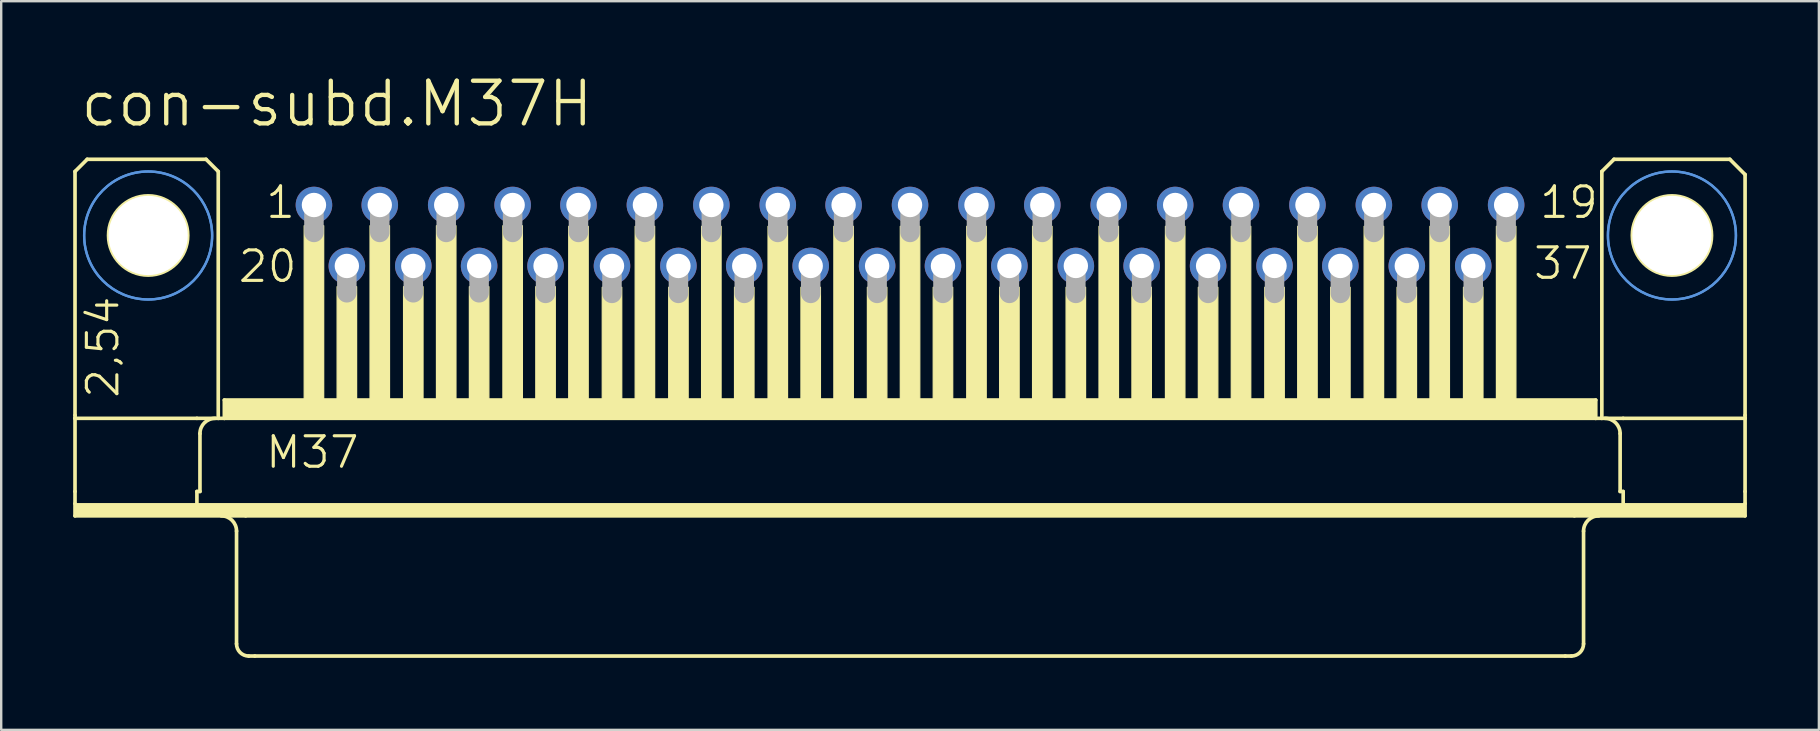
<source format=kicad_pcb>
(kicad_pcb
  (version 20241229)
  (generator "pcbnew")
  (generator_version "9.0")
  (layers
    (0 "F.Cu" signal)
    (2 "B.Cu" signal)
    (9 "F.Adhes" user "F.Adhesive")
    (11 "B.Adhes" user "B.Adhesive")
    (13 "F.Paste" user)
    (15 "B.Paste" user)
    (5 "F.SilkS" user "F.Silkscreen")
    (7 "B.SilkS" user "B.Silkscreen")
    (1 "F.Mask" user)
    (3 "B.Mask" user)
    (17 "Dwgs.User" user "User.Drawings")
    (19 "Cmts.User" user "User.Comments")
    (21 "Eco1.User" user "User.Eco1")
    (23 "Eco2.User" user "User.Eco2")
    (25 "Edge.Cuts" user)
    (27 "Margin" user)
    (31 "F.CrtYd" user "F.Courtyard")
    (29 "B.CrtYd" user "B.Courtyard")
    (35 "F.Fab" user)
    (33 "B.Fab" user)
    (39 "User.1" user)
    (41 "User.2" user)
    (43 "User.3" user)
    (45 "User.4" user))
  (footprint "con-subd.M37H"
    (layer "F.Cu")
    (at 34.874 6.763)
    (property "Reference" "con-subd.M37H" (at -34.671 -4.445 0) (layer "F.SilkS") (effects (font (size 1.778 1.778) (thickness 0.18)) (justify left bottom)))
    (attr through_hole)
    (fp_line (start -34.798 -2.667) (end -34.798 7.493) (stroke (width 0.152) (type default)) (layer "F.SilkS"))
    (fp_line (start -34.798 7.62) (end -34.798 7.493) (stroke (width 0.152) (type default)) (layer "F.SilkS"))
    (fp_line (start -34.798 10.668) (end -34.798 7.62) (stroke (width 0.152) (type default)) (layer "F.SilkS"))
    (fp_line (start -34.798 11.176) (end -34.798 10.668) (stroke (width 0.152) (type default)) (layer "F.SilkS"))
    (fp_line (start -34.798 11.684) (end -34.798 11.176) (stroke (width 0.152) (type default)) (layer "F.SilkS"))
    (fp_line (start -34.29 -3.175) (end -34.798 -2.667) (stroke (width 0.152) (type default)) (layer "F.SilkS"))
    (fp_line (start -29.718 7.62) (end -34.798 7.62) (stroke (width 0.152) (type default)) (layer "F.SilkS"))
    (fp_line (start -29.718 10.668) (end -29.718 11.176) (stroke (width 0.152) (type default)) (layer "F.SilkS"))
    (fp_line (start -29.591 8.255) (end -29.591 10.668) (stroke (width 0.152) (type default)) (layer "F.SilkS"))
    (fp_line (start -29.591 10.668) (end -29.718 10.668) (stroke (width 0.152) (type default)) (layer "F.SilkS"))
    (fp_line (start -29.337 -3.175) (end -34.29 -3.175) (stroke (width 0.152) (type default)) (layer "F.SilkS"))
    (fp_line (start -28.829 -2.667) (end -29.337 -3.175) (stroke (width 0.152) (type default)) (layer "F.SilkS"))
    (fp_line (start -28.829 -2.667) (end -28.829 7.62) (stroke (width 0.152) (type default)) (layer "F.SilkS"))
    (fp_line (start -28.829 7.62) (end -29.718 7.62) (stroke (width 0.152) (type default)) (layer "F.SilkS"))
    (fp_line (start -28.575 7.62) (end -28.829 7.62) (stroke (width 0.152) (type default)) (layer "F.SilkS"))
    (fp_line (start -28.575 7.62) (end -28.575 6.858) (stroke (width 0.152) (type default)) (layer "F.SilkS"))
    (fp_line (start -28.067 12.319) (end -28.067 17.018) (stroke (width 0.152) (type default)) (layer "F.SilkS"))
    (fp_line (start -27.686 11.684) (end -34.798 11.684) (stroke (width 0.152) (type default)) (layer "F.SilkS"))
    (fp_line (start -27.305 17.526) (end -27.559 17.526) (stroke (width 0.152) (type default)) (layer "F.SilkS"))
    (fp_line (start 27.305 17.526) (end -27.305 17.526) (stroke (width 0.152) (type default)) (layer "F.SilkS"))
    (fp_line (start 27.559 17.526) (end 27.305 17.526) (stroke (width 0.152) (type default)) (layer "F.SilkS"))
    (fp_line (start 27.686 11.684) (end -27.686 11.684) (stroke (width 0.152) (type default)) (layer "F.SilkS"))
    (fp_line (start 28.067 12.319) (end 28.067 17.018) (stroke (width 0.152) (type default)) (layer "F.SilkS"))
    (fp_line (start 28.575 6.858) (end -28.575 6.858) (stroke (width 0.152) (type default)) (layer "F.SilkS"))
    (fp_line (start 28.575 7.62) (end -28.575 7.62) (stroke (width 0.152) (type default)) (layer "F.SilkS"))
    (fp_line (start 28.575 7.62) (end 28.575 6.858) (stroke (width 0.152) (type default)) (layer "F.SilkS"))
    (fp_line (start 28.829 -2.667) (end 28.829 7.62) (stroke (width 0.152) (type default)) (layer "F.SilkS"))
    (fp_line (start 28.829 7.62) (end 28.575 7.62) (stroke (width 0.152) (type default)) (layer "F.SilkS"))
    (fp_line (start 29.337 -3.175) (end 28.829 -2.667) (stroke (width 0.152) (type default)) (layer "F.SilkS"))
    (fp_line (start 29.337 -3.175) (end 34.163 -3.175) (stroke (width 0.152) (type default)) (layer "F.SilkS"))
    (fp_line (start 29.591 8.255) (end 29.591 10.668) (stroke (width 0.152) (type default)) (layer "F.SilkS"))
    (fp_line (start 29.718 7.62) (end 28.829 7.62) (stroke (width 0.152) (type default)) (layer "F.SilkS"))
    (fp_line (start 29.718 10.668) (end 29.591 10.668) (stroke (width 0.152) (type default)) (layer "F.SilkS"))
    (fp_line (start 29.718 10.668) (end 29.718 11.176) (stroke (width 0.152) (type default)) (layer "F.SilkS"))
    (fp_line (start 34.163 -3.175) (end 34.798 -2.54) (stroke (width 0.152) (type default)) (layer "F.SilkS"))
    (fp_line (start 34.798 -2.54) (end 34.798 7.493) (stroke (width 0.152) (type default)) (layer "F.SilkS"))
    (fp_line (start 34.798 7.62) (end 29.718 7.62) (stroke (width 0.152) (type default)) (layer "F.SilkS"))
    (fp_line (start 34.798 7.62) (end 34.798 7.493) (stroke (width 0.152) (type default)) (layer "F.SilkS"))
    (fp_line (start 34.798 7.62) (end 34.798 10.668) (stroke (width 0.152) (type default)) (layer "F.SilkS"))
    (fp_line (start 34.798 10.668) (end 34.798 11.176) (stroke (width 0.152) (type default)) (layer "F.SilkS"))
    (fp_line (start 34.798 11.176) (end 34.798 11.684) (stroke (width 0.152) (type default)) (layer "F.SilkS"))
    (fp_line (start 34.798 11.684) (end 27.686 11.684) (stroke (width 0.152) (type default)) (layer "F.SilkS"))
    (fp_rect (start -34.798 11.684) (end 34.798 11.176) (stroke (width 0.05) (type default)) (fill yes) (layer "F.SilkS"))
    (fp_rect (start -28.575 7.62) (end 28.575 6.858) (stroke (width 0.05) (type default)) (fill yes) (layer "F.SilkS"))
    (fp_rect (start -25.248 6.833) (end -24.435 -0.406) (stroke (width 0.05) (type default)) (fill yes) (layer "F.SilkS"))
    (fp_rect (start -23.876 6.833) (end -23.063 2.134) (stroke (width 0.05) (type default)) (fill yes) (layer "F.SilkS"))
    (fp_rect (start -22.504 6.833) (end -21.692 -0.406) (stroke (width 0.05) (type default)) (fill yes) (layer "F.SilkS"))
    (fp_rect (start -21.107 6.833) (end -20.295 2.134) (stroke (width 0.05) (type default)) (fill yes) (layer "F.SilkS"))
    (fp_rect (start -19.736 6.833) (end -18.923 -0.406) (stroke (width 0.05) (type default)) (fill yes) (layer "F.SilkS"))
    (fp_rect (start -18.364 6.833) (end -17.551 2.134) (stroke (width 0.05) (type default)) (fill yes) (layer "F.SilkS"))
    (fp_rect (start -16.967 6.833) (end -16.154 -0.406) (stroke (width 0.05) (type default)) (fill yes) (layer "F.SilkS"))
    (fp_rect (start -15.596 6.833) (end -14.783 2.134) (stroke (width 0.05) (type default)) (fill yes) (layer "F.SilkS"))
    (fp_rect (start -14.224 6.858) (end -13.411 -0.381) (stroke (width 0.05) (type default)) (fill yes) (layer "F.SilkS"))
    (fp_rect (start -12.827 6.858) (end -12.014 2.159) (stroke (width 0.05) (type default)) (fill yes) (layer "F.SilkS"))
    (fp_rect (start -11.455 6.858) (end -10.643 -0.381) (stroke (width 0.05) (type default)) (fill yes) (layer "F.SilkS"))
    (fp_rect (start -10.058 6.858) (end -9.246 2.159) (stroke (width 0.05) (type default)) (fill yes) (layer "F.SilkS"))
    (fp_rect (start -8.687 6.858) (end -7.874 -0.381) (stroke (width 0.05) (type default)) (fill yes) (layer "F.SilkS"))
    (fp_rect (start -7.315 6.858) (end -6.502 2.159) (stroke (width 0.05) (type default)) (fill yes) (layer "F.SilkS"))
    (fp_rect (start -5.918 6.858) (end -5.105 -0.381) (stroke (width 0.05) (type default)) (fill yes) (layer "F.SilkS"))
    (fp_rect (start -4.547 6.858) (end -3.734 2.159) (stroke (width 0.05) (type default)) (fill yes) (layer "F.SilkS"))
    (fp_rect (start -3.175 6.858) (end -2.362 -0.381) (stroke (width 0.05) (type default)) (fill yes) (layer "F.SilkS"))
    (fp_rect (start -1.778 6.858) (end -0.965 2.159) (stroke (width 0.05) (type default)) (fill yes) (layer "F.SilkS"))
    (fp_rect (start -0.406 6.858) (end 0.406 -0.381) (stroke (width 0.05) (type default)) (fill yes) (layer "F.SilkS"))
    (fp_rect (start 0.965 6.858) (end 1.778 2.159) (stroke (width 0.05) (type default)) (fill yes) (layer "F.SilkS"))
    (fp_rect (start 2.362 6.858) (end 3.175 -0.381) (stroke (width 0.05) (type default)) (fill yes) (layer "F.SilkS"))
    (fp_rect (start 3.734 6.858) (end 4.547 2.159) (stroke (width 0.05) (type default)) (fill yes) (layer "F.SilkS"))
    (fp_rect (start 5.105 6.858) (end 5.918 -0.381) (stroke (width 0.05) (type default)) (fill yes) (layer "F.SilkS"))
    (fp_rect (start 6.502 6.858) (end 7.315 2.159) (stroke (width 0.05) (type default)) (fill yes) (layer "F.SilkS"))
    (fp_rect (start 7.874 6.858) (end 8.687 -0.381) (stroke (width 0.05) (type default)) (fill yes) (layer "F.SilkS"))
    (fp_rect (start 9.246 6.858) (end 10.058 2.159) (stroke (width 0.05) (type default)) (fill yes) (layer "F.SilkS"))
    (fp_rect (start 10.643 6.858) (end 11.455 -0.381) (stroke (width 0.05) (type default)) (fill yes) (layer "F.SilkS"))
    (fp_rect (start 12.014 6.858) (end 12.827 2.159) (stroke (width 0.05) (type default)) (fill yes) (layer "F.SilkS"))
    (fp_rect (start 13.386 6.858) (end 14.199 -0.381) (stroke (width 0.05) (type default)) (fill yes) (layer "F.SilkS"))
    (fp_rect (start 14.783 6.858) (end 15.596 2.159) (stroke (width 0.05) (type default)) (fill yes) (layer "F.SilkS"))
    (fp_rect (start 16.154 6.858) (end 16.967 -0.381) (stroke (width 0.05) (type default)) (fill yes) (layer "F.SilkS"))
    (fp_rect (start 17.526 6.858) (end 18.339 2.159) (stroke (width 0.05) (type default)) (fill yes) (layer "F.SilkS"))
    (fp_rect (start 18.923 6.858) (end 19.736 -0.381) (stroke (width 0.05) (type default)) (fill yes) (layer "F.SilkS"))
    (fp_rect (start 20.295 6.858) (end 21.107 2.159) (stroke (width 0.05) (type default)) (fill yes) (layer "F.SilkS"))
    (fp_rect (start 21.666 6.858) (end 22.479 -0.381) (stroke (width 0.05) (type default)) (fill yes) (layer "F.SilkS"))
    (fp_rect (start 23.063 6.858) (end 23.876 2.159) (stroke (width 0.05) (type default)) (fill yes) (layer "F.SilkS"))
    (fp_rect (start 24.435 6.858) (end 25.248 -0.381) (stroke (width 0.05) (type default)) (fill yes) (layer "F.SilkS"))
    (fp_arc (start -29.591 8.255) (mid -29.405013 7.805987) (end -28.956 7.62) (stroke (width 0.1524) (type default)) (layer "F.SilkS"))
    (fp_arc (start -28.702 11.684) (mid -28.252987 11.869987) (end -28.067 12.319) (stroke (width 0.1524) (type default)) (layer "F.SilkS"))
    (fp_arc (start -27.559 17.526) (mid -27.91821 17.37721) (end -28.067 17.018) (stroke (width 0.1524) (type default)) (layer "F.SilkS"))
    (fp_arc (start 28.067 12.319) (mid 28.252987 11.869987) (end 28.702 11.684) (stroke (width 0.1524) (type default)) (layer "F.SilkS"))
    (fp_arc (start 28.067 17.018) (mid 27.91821 17.37721) (end 27.559 17.526) (stroke (width 0.1524) (type default)) (layer "F.SilkS"))
    (fp_arc (start 28.956 7.62) (mid 29.405013 7.805987) (end 29.591 8.255) (stroke (width 0.1524) (type default)) (layer "F.SilkS"))
    (fp_circle (center -31.75 0) (end -30.099 0) (stroke (width 0.152) (type default)) (fill no) (layer "F.SilkS"))
    (fp_circle (center 31.75 0) (end 33.401 0) (stroke (width 0.152) (type default)) (fill no) (layer "F.SilkS"))
    (fp_circle (center -31.75 0) (end -29.083 0) (stroke (width 0.1) (type default)) (fill no) (layer "Cmts.User"))
    (fp_circle (center -31.75 0) (end -29.083 0) (stroke (width 0.1) (type default)) (fill no) (layer "Cmts.User"))
    (fp_circle (center 31.75 0) (end 34.417 0) (stroke (width 0.1) (type default)) (fill no) (layer "Cmts.User"))
    (fp_circle (center 31.75 0) (end 34.417 0) (stroke (width 0.1) (type default)) (fill no) (layer "Cmts.User"))
    (fp_line (start -24.841 -1.143) (end -24.841 -0.127) (stroke (width 0.813) (type default)) (layer "F.Fab"))
    (fp_line (start -23.47 1.372) (end -23.47 2.388) (stroke (width 0.813) (type default)) (layer "F.Fab"))
    (fp_line (start -22.098 -1.143) (end -22.098 -0.127) (stroke (width 0.813) (type default)) (layer "F.Fab"))
    (fp_line (start -20.701 1.372) (end -20.701 2.388) (stroke (width 0.813) (type default)) (layer "F.Fab"))
    (fp_line (start -19.329 -1.143) (end -19.329 -0.127) (stroke (width 0.813) (type default)) (layer "F.Fab"))
    (fp_line (start -17.958 1.372) (end -17.958 2.388) (stroke (width 0.813) (type default)) (layer "F.Fab"))
    (fp_line (start -16.561 -1.143) (end -16.561 -0.127) (stroke (width 0.813) (type default)) (layer "F.Fab"))
    (fp_line (start -15.189 1.397) (end -15.189 2.413) (stroke (width 0.813) (type default)) (layer "F.Fab"))
    (fp_line (start -13.818 -1.143) (end -13.818 -0.127) (stroke (width 0.813) (type default)) (layer "F.Fab"))
    (fp_line (start -12.421 1.397) (end -12.421 2.413) (stroke (width 0.813) (type default)) (layer "F.Fab"))
    (fp_line (start -11.049 -1.143) (end -11.049 -0.127) (stroke (width 0.813) (type default)) (layer "F.Fab"))
    (fp_line (start -9.652 1.397) (end -9.652 2.413) (stroke (width 0.813) (type default)) (layer "F.Fab"))
    (fp_line (start -8.28 -1.143) (end -8.28 -0.127) (stroke (width 0.813) (type default)) (layer "F.Fab"))
    (fp_line (start -6.909 1.397) (end -6.909 2.413) (stroke (width 0.813) (type default)) (layer "F.Fab"))
    (fp_line (start -5.512 -1.143) (end -5.512 -0.127) (stroke (width 0.813) (type default)) (layer "F.Fab"))
    (fp_line (start -4.14 1.397) (end -4.14 2.413) (stroke (width 0.813) (type default)) (layer "F.Fab"))
    (fp_line (start -2.769 -1.143) (end -2.769 -0.127) (stroke (width 0.813) (type default)) (layer "F.Fab"))
    (fp_line (start -1.372 1.397) (end -1.372 2.413) (stroke (width 0.813) (type default)) (layer "F.Fab"))
    (fp_line (start 0 -1.143) (end 0 -0.127) (stroke (width 0.813) (type default)) (layer "F.Fab"))
    (fp_line (start 1.372 1.397) (end 1.372 2.413) (stroke (width 0.813) (type default)) (layer "F.Fab"))
    (fp_line (start 2.769 -1.143) (end 2.769 -0.127) (stroke (width 0.813) (type default)) (layer "F.Fab"))
    (fp_line (start 4.14 1.397) (end 4.14 2.413) (stroke (width 0.813) (type default)) (layer "F.Fab"))
    (fp_line (start 5.512 -1.143) (end 5.512 -0.127) (stroke (width 0.813) (type default)) (layer "F.Fab"))
    (fp_line (start 6.909 1.397) (end 6.909 2.413) (stroke (width 0.813) (type default)) (layer "F.Fab"))
    (fp_line (start 8.28 -1.143) (end 8.28 -0.127) (stroke (width 0.813) (type default)) (layer "F.Fab"))
    (fp_line (start 9.652 1.397) (end 9.652 2.413) (stroke (width 0.813) (type default)) (layer "F.Fab"))
    (fp_line (start 11.049 -1.143) (end 11.049 -0.127) (stroke (width 0.813) (type default)) (layer "F.Fab"))
    (fp_line (start 12.421 1.397) (end 12.421 2.413) (stroke (width 0.813) (type default)) (layer "F.Fab"))
    (fp_line (start 13.792 -1.143) (end 13.792 -0.127) (stroke (width 0.813) (type default)) (layer "F.Fab"))
    (fp_line (start 15.189 1.397) (end 15.189 2.413) (stroke (width 0.813) (type default)) (layer "F.Fab"))
    (fp_line (start 16.561 -1.143) (end 16.561 -0.127) (stroke (width 0.813) (type default)) (layer "F.Fab"))
    (fp_line (start 17.932 1.397) (end 17.932 2.413) (stroke (width 0.813) (type default)) (layer "F.Fab"))
    (fp_line (start 19.329 -1.143) (end 19.329 -0.127) (stroke (width 0.813) (type default)) (layer "F.Fab"))
    (fp_line (start 20.701 1.397) (end 20.701 2.413) (stroke (width 0.813) (type default)) (layer "F.Fab"))
    (fp_line (start 22.073 -1.143) (end 22.073 -0.127) (stroke (width 0.813) (type default)) (layer "F.Fab"))
    (fp_line (start 23.47 1.397) (end 23.47 2.413) (stroke (width 0.813) (type default)) (layer "F.Fab"))
    (fp_line (start 24.841 -1.143) (end 24.841 -0.127) (stroke (width 0.813) (type default)) (layer "F.Fab"))
    (fp_text user "20" (at -28.067 2.032 0) (layer "F.SilkS") (effects (font (size 1.27 1.27) (thickness 0.13)) (justify left bottom)))
    (fp_text user "1" (at -26.924 -0.635 0) (layer "F.SilkS") (effects (font (size 1.27 1.27) (thickness 0.13)) (justify left bottom)))
    (fp_text user "19" (at 26.162 -0.635 0) (layer "F.SilkS") (effects (font (size 1.27 1.27) (thickness 0.13)) (justify left bottom)))
    (fp_text user "M37" (at -26.924 9.779 0) (layer "F.SilkS") (effects (font (size 1.27 1.27) (thickness 0.13)) (justify left bottom)))
    (fp_text user "2,54" (at -32.893 6.858 90) (layer "F.SilkS") (effects (font (size 1.27 1.27) (thickness 0.13)) (justify left bottom)))
    (fp_text user "37" (at 25.908 1.905 0) (layer "F.SilkS") (effects (font (size 1.27 1.27) (thickness 0.13)) (justify left bottom)))
    (pad "" np_thru_hole circle (at -31.75 0) (size 3.302 3.302) (drill 3.302) (layers "*.Cu" "*.Mask"))
    (pad "" np_thru_hole circle (at 31.75 0) (size 3.302 3.302) (drill 3.302) (layers "*.Cu" "*.Mask"))
    (pad "1" thru_hole circle (at -24.841 -1.27) (size 1.524 1.524) (drill 1.016) (layers "*.Cu" "*.Mask"))
    (pad "2" thru_hole circle (at -22.098 -1.27) (size 1.524 1.524) (drill 1.016) (layers "*.Cu" "*.Mask"))
    (pad "3" thru_hole circle (at -19.329 -1.27) (size 1.524 1.524) (drill 1.016) (layers "*.Cu" "*.Mask"))
    (pad "4" thru_hole circle (at -16.561 -1.27) (size 1.524 1.524) (drill 1.016) (layers "*.Cu" "*.Mask"))
    (pad "5" thru_hole circle (at -13.818 -1.27) (size 1.524 1.524) (drill 1.016) (layers "*.Cu" "*.Mask"))
    (pad "6" thru_hole circle (at -11.049 -1.27) (size 1.524 1.524) (drill 1.016) (layers "*.Cu" "*.Mask"))
    (pad "7" thru_hole circle (at -8.28 -1.27) (size 1.524 1.524) (drill 1.016) (layers "*.Cu" "*.Mask"))
    (pad "8" thru_hole circle (at -5.512 -1.27) (size 1.524 1.524) (drill 1.016) (layers "*.Cu" "*.Mask"))
    (pad "9" thru_hole circle (at -2.769 -1.27) (size 1.524 1.524) (drill 1.016) (layers "*.Cu" "*.Mask"))
    (pad "10" thru_hole circle (at 0 -1.27) (size 1.524 1.524) (drill 1.016) (layers "*.Cu" "*.Mask"))
    (pad "11" thru_hole circle (at 2.769 -1.27) (size 1.524 1.524) (drill 1.016) (layers "*.Cu" "*.Mask"))
    (pad "12" thru_hole circle (at 5.512 -1.27) (size 1.524 1.524) (drill 1.016) (layers "*.Cu" "*.Mask"))
    (pad "13" thru_hole circle (at 8.28 -1.27) (size 1.524 1.524) (drill 1.016) (layers "*.Cu" "*.Mask"))
    (pad "14" thru_hole circle (at 11.049 -1.27) (size 1.524 1.524) (drill 1.016) (layers "*.Cu" "*.Mask"))
    (pad "15" thru_hole circle (at 13.792 -1.27) (size 1.524 1.524) (drill 1.016) (layers "*.Cu" "*.Mask"))
    (pad "16" thru_hole circle (at 16.561 -1.27) (size 1.524 1.524) (drill 1.016) (layers "*.Cu" "*.Mask"))
    (pad "17" thru_hole circle (at 19.329 -1.27) (size 1.524 1.524) (drill 1.016) (layers "*.Cu" "*.Mask"))
    (pad "18" thru_hole circle (at 22.073 -1.27) (size 1.524 1.524) (drill 1.016) (layers "*.Cu" "*.Mask"))
    (pad "19" thru_hole circle (at 24.841 -1.27) (size 1.524 1.524) (drill 1.016) (layers "*.Cu" "*.Mask"))
    (pad "20" thru_hole circle (at -23.47 1.27) (size 1.524 1.524) (drill 1.016) (layers "*.Cu" "*.Mask"))
    (pad "21" thru_hole circle (at -20.701 1.27) (size 1.524 1.524) (drill 1.016) (layers "*.Cu" "*.Mask"))
    (pad "22" thru_hole circle (at -17.958 1.27) (size 1.524 1.524) (drill 1.016) (layers "*.Cu" "*.Mask"))
    (pad "23" thru_hole circle (at -15.189 1.27) (size 1.524 1.524) (drill 1.016) (layers "*.Cu" "*.Mask"))
    (pad "24" thru_hole circle (at -12.421 1.27) (size 1.524 1.524) (drill 1.016) (layers "*.Cu" "*.Mask"))
    (pad "25" thru_hole circle (at -9.652 1.27) (size 1.524 1.524) (drill 1.016) (layers "*.Cu" "*.Mask"))
    (pad "26" thru_hole circle (at -6.909 1.27) (size 1.524 1.524) (drill 1.016) (layers "*.Cu" "*.Mask"))
    (pad "27" thru_hole circle (at -4.14 1.27) (size 1.524 1.524) (drill 1.016) (layers "*.Cu" "*.Mask"))
    (pad "28" thru_hole circle (at -1.372 1.27) (size 1.524 1.524) (drill 1.016) (layers "*.Cu" "*.Mask"))
    (pad "29" thru_hole circle (at 1.372 1.27) (size 1.524 1.524) (drill 1.016) (layers "*.Cu" "*.Mask"))
    (pad "30" thru_hole circle (at 4.14 1.27) (size 1.524 1.524) (drill 1.016) (layers "*.Cu" "*.Mask"))
    (pad "31" thru_hole circle (at 6.909 1.27) (size 1.524 1.524) (drill 1.016) (layers "*.Cu" "*.Mask"))
    (pad "32" thru_hole circle (at 9.652 1.27) (size 1.524 1.524) (drill 1.016) (layers "*.Cu" "*.Mask"))
    (pad "33" thru_hole circle (at 12.421 1.27) (size 1.524 1.524) (drill 1.016) (layers "*.Cu" "*.Mask"))
    (pad "34" thru_hole circle (at 15.189 1.27) (size 1.524 1.524) (drill 1.016) (layers "*.Cu" "*.Mask"))
    (pad "35" thru_hole circle (at 17.932 1.27) (size 1.524 1.524) (drill 1.016) (layers "*.Cu" "*.Mask"))
    (pad "36" thru_hole circle (at 20.701 1.27) (size 1.524 1.524) (drill 1.016) (layers "*.Cu" "*.Mask"))
    (pad "37" thru_hole circle (at 23.47 1.27) (size 1.524 1.524) (drill 1.016) (layers "*.Cu" "*.Mask")))
  (gr_rect
    (start -3 -3)
    (end 72.748 27.365)
    (stroke (width 0.1) (type default))
    (fill no)
    (layer "Edge.Cuts")))
</source>
